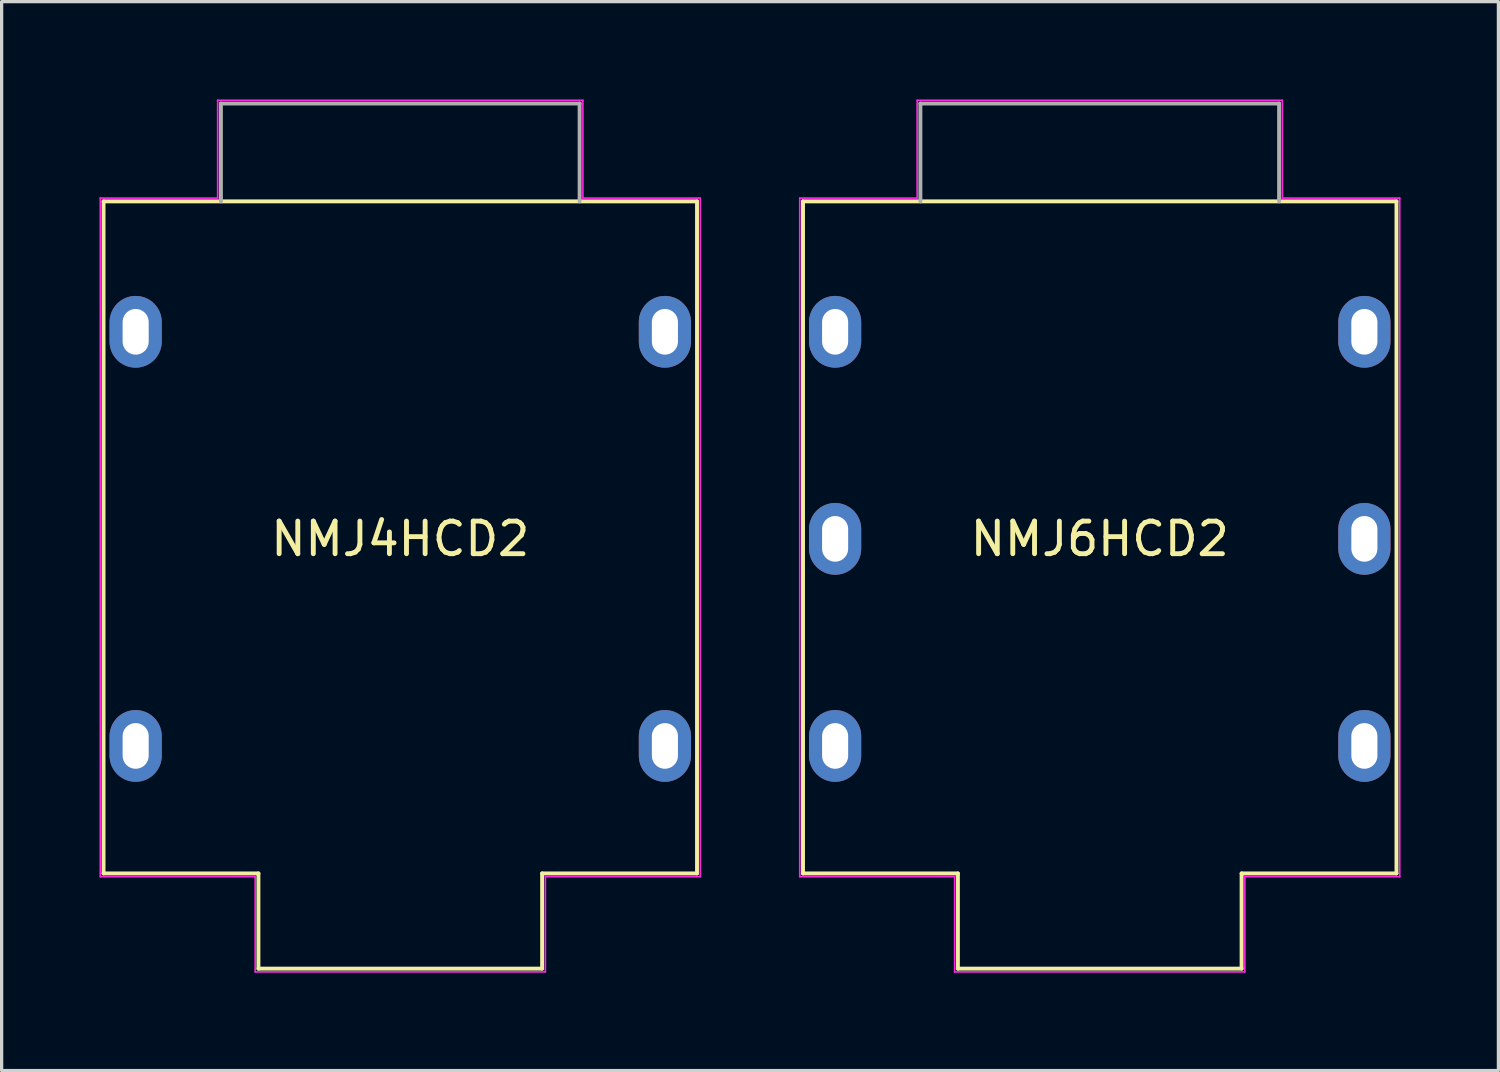
<source format=kicad_pcb>
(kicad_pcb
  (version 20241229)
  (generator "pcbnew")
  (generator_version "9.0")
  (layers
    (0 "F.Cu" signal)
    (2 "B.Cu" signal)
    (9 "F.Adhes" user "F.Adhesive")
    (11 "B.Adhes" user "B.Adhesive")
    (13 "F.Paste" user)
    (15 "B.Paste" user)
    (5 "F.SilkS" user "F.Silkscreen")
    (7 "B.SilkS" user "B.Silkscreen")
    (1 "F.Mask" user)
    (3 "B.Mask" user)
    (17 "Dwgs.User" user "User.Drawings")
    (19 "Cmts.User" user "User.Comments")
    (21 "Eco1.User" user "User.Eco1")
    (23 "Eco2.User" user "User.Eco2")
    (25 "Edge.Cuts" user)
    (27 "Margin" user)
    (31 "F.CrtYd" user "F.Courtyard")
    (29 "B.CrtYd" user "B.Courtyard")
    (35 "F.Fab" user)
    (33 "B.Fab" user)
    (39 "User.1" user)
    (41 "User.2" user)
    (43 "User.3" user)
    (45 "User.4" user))
  (footprint "NMJ4HCD2"
    (layer "F.Cu")
    (at 9.225 13.475)
    (property "Reference" "NMJ4HCD2" (at 0 0 0) (layer "F.SilkS") (effects (font (size 1 1) (thickness 0.15))))
    (attr through_hole)
    (fp_line (start -9.1 -10.35) (end -9.1 10.26) (stroke (width 0.12) (type solid)) (layer "F.SilkS"))
    (fp_line (start -9.1 -10.35) (end 9.1 -10.35) (stroke (width 0.12) (type solid)) (layer "F.SilkS"))
    (fp_line (start -9.1 10.26) (end -4.35 10.26) (stroke (width 0.12) (type solid)) (layer "F.SilkS"))
    (fp_line (start -4.35 10.26) (end -4.35 13.18) (stroke (width 0.12) (type solid)) (layer "F.SilkS"))
    (fp_line (start 4.35 10.26) (end 4.35 13.18) (stroke (width 0.12) (type solid)) (layer "F.SilkS"))
    (fp_line (start 4.35 13.18) (end -4.35 13.18) (stroke (width 0.12) (type solid)) (layer "F.SilkS"))
    (fp_line (start 9.1 -10.35) (end 9.1 10.26) (stroke (width 0.12) (type solid)) (layer "F.SilkS"))
    (fp_line (start 9.1 10.26) (end 4.35 10.26) (stroke (width 0.12) (type solid)) (layer "F.SilkS"))
    (fp_line (start -9.2 -10.45) (end -9.2 10.36) (stroke (width 0.05) (type solid)) (layer "F.CrtYd"))
    (fp_line (start -9.2 -10.45) (end -5.6 -10.45) (stroke (width 0.05) (type solid)) (layer "F.CrtYd"))
    (fp_line (start -9.2 10.36) (end -4.45 10.36) (stroke (width 0.05) (type solid)) (layer "F.CrtYd"))
    (fp_line (start -5.6 -10.45) (end -5.6 -13.45) (stroke (width 0.05) (type solid)) (layer "F.CrtYd"))
    (fp_line (start -4.45 10.36) (end -4.45 13.28) (stroke (width 0.05) (type solid)) (layer "F.CrtYd"))
    (fp_line (start 4.45 10.36) (end 4.45 13.28) (stroke (width 0.05) (type solid)) (layer "F.CrtYd"))
    (fp_line (start 4.45 13.28) (end -4.45 13.28) (stroke (width 0.05) (type solid)) (layer "F.CrtYd"))
    (fp_line (start 5.6 -13.45) (end -5.6 -13.45) (stroke (width 0.05) (type solid)) (layer "F.CrtYd"))
    (fp_line (start 5.6 -10.45) (end 5.6 -13.45) (stroke (width 0.05) (type solid)) (layer "F.CrtYd"))
    (fp_line (start 5.6 -10.45) (end 9.2 -10.45) (stroke (width 0.05) (type solid)) (layer "F.CrtYd"))
    (fp_line (start 9.2 -10.45) (end 9.2 10.36) (stroke (width 0.05) (type solid)) (layer "F.CrtYd"))
    (fp_line (start 9.2 10.36) (end 4.45 10.36) (stroke (width 0.05) (type solid)) (layer "F.CrtYd"))
    (fp_line (start -5.5 -13.35) (end -5.5 -10.35) (stroke (width 0.12) (type solid)) (layer "F.Fab"))
    (fp_line (start -5.5 -13.35) (end 5.5 -13.35) (stroke (width 0.12) (type solid)) (layer "F.Fab"))
    (fp_line (start 5.5 -13.35) (end 5.5 -10.35) (stroke (width 0.12) (type solid)) (layer "F.Fab"))
    (pad "S" thru_hole oval (at -8.115 -6.35) (size 1.6 2.2) (drill oval 0.8 1.4) (layers "*.Cu" "*.Mask"))
    (pad "SS" thru_hole oval (at 8.115 -6.35) (size 1.6 2.2) (drill oval 0.8 1.4) (layers "*.Cu" "*.Mask"))
    (pad "T" thru_hole oval (at -8.115 6.35) (size 1.6 2.2) (drill oval 0.8 1.4) (layers "*.Cu" "*.Mask"))
    (pad "TS" thru_hole oval (at 8.115 6.35) (size 1.6 2.2) (drill oval 0.8 1.4) (layers "*.Cu" "*.Mask")))
  (footprint "NMJ6HCD2"
    (layer "F.Cu")
    (at 30.675 13.475)
    (property "Reference" "NMJ6HCD2" (at 0 0 0) (layer "F.SilkS") (effects (font (size 1 1) (thickness 0.15))))
    (attr through_hole)
    (fp_line (start -9.1 -10.35) (end -9.1 10.26) (stroke (width 0.12) (type solid)) (layer "F.SilkS"))
    (fp_line (start -9.1 -10.35) (end 9.1 -10.35) (stroke (width 0.12) (type solid)) (layer "F.SilkS"))
    (fp_line (start -9.1 10.26) (end -4.35 10.26) (stroke (width 0.12) (type solid)) (layer "F.SilkS"))
    (fp_line (start -4.35 10.26) (end -4.35 13.18) (stroke (width 0.12) (type solid)) (layer "F.SilkS"))
    (fp_line (start 4.35 10.26) (end 4.35 13.18) (stroke (width 0.12) (type solid)) (layer "F.SilkS"))
    (fp_line (start 4.35 13.18) (end -4.35 13.18) (stroke (width 0.12) (type solid)) (layer "F.SilkS"))
    (fp_line (start 9.1 -10.35) (end 9.1 10.26) (stroke (width 0.12) (type solid)) (layer "F.SilkS"))
    (fp_line (start 9.1 10.26) (end 4.35 10.26) (stroke (width 0.12) (type solid)) (layer "F.SilkS"))
    (fp_line (start -9.2 -10.45) (end -9.2 10.36) (stroke (width 0.05) (type solid)) (layer "F.CrtYd"))
    (fp_line (start -9.2 -10.45) (end -5.6 -10.45) (stroke (width 0.05) (type solid)) (layer "F.CrtYd"))
    (fp_line (start -9.2 10.36) (end -4.45 10.36) (stroke (width 0.05) (type solid)) (layer "F.CrtYd"))
    (fp_line (start -5.6 -10.45) (end -5.6 -13.45) (stroke (width 0.05) (type solid)) (layer "F.CrtYd"))
    (fp_line (start -4.45 10.36) (end -4.45 13.28) (stroke (width 0.05) (type solid)) (layer "F.CrtYd"))
    (fp_line (start 4.45 10.36) (end 4.45 13.28) (stroke (width 0.05) (type solid)) (layer "F.CrtYd"))
    (fp_line (start 4.45 13.28) (end -4.45 13.28) (stroke (width 0.05) (type solid)) (layer "F.CrtYd"))
    (fp_line (start 5.6 -13.45) (end -5.6 -13.45) (stroke (width 0.05) (type solid)) (layer "F.CrtYd"))
    (fp_line (start 5.6 -10.45) (end 5.6 -13.45) (stroke (width 0.05) (type solid)) (layer "F.CrtYd"))
    (fp_line (start 5.6 -10.45) (end 9.2 -10.45) (stroke (width 0.05) (type solid)) (layer "F.CrtYd"))
    (fp_line (start 9.2 -10.45) (end 9.2 10.36) (stroke (width 0.05) (type solid)) (layer "F.CrtYd"))
    (fp_line (start 9.2 10.36) (end 4.45 10.36) (stroke (width 0.05) (type solid)) (layer "F.CrtYd"))
    (fp_line (start -5.5 -13.35) (end -5.5 -10.35) (stroke (width 0.12) (type solid)) (layer "F.Fab"))
    (fp_line (start -5.5 -13.35) (end 5.5 -13.35) (stroke (width 0.12) (type solid)) (layer "F.Fab"))
    (fp_line (start 5.5 -13.35) (end 5.5 -10.35) (stroke (width 0.12) (type solid)) (layer "F.Fab"))
    (pad "R" thru_hole oval (at -8.115 0) (size 1.6 2.2) (drill oval 0.8 1.4) (layers "*.Cu" "*.Mask"))
    (pad "RS" thru_hole oval (at 8.115 0) (size 1.6 2.2) (drill oval 0.8 1.4) (layers "*.Cu" "*.Mask"))
    (pad "S" thru_hole oval (at -8.115 -6.35) (size 1.6 2.2) (drill oval 0.8 1.4) (layers "*.Cu" "*.Mask"))
    (pad "SS" thru_hole oval (at 8.115 -6.35) (size 1.6 2.2) (drill oval 0.8 1.4) (layers "*.Cu" "*.Mask"))
    (pad "T" thru_hole oval (at -8.115 6.35) (size 1.6 2.2) (drill oval 0.8 1.4) (layers "*.Cu" "*.Mask"))
    (pad "TS" thru_hole oval (at 8.115 6.35) (size 1.6 2.2) (drill oval 0.8 1.4) (layers "*.Cu" "*.Mask")))
  (gr_rect
    (start -3 -3)
    (end 42.9 29.78)
    (stroke (width 0.1) (type default))
    (fill no)
    (layer "Edge.Cuts")))
</source>
